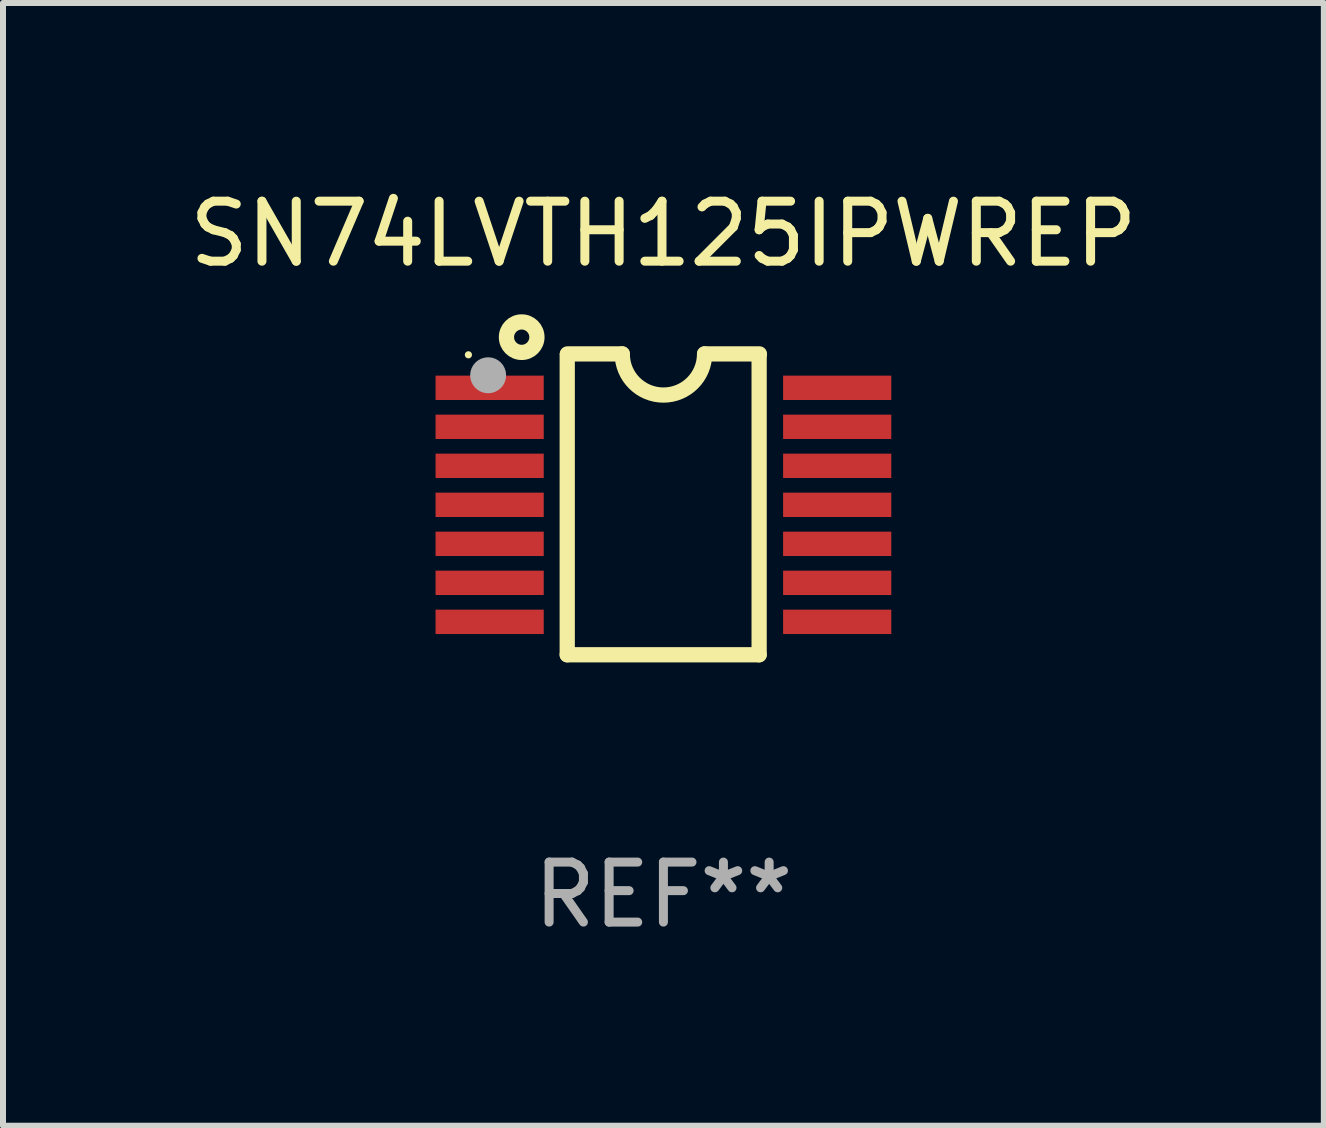
<source format=kicad_pcb>
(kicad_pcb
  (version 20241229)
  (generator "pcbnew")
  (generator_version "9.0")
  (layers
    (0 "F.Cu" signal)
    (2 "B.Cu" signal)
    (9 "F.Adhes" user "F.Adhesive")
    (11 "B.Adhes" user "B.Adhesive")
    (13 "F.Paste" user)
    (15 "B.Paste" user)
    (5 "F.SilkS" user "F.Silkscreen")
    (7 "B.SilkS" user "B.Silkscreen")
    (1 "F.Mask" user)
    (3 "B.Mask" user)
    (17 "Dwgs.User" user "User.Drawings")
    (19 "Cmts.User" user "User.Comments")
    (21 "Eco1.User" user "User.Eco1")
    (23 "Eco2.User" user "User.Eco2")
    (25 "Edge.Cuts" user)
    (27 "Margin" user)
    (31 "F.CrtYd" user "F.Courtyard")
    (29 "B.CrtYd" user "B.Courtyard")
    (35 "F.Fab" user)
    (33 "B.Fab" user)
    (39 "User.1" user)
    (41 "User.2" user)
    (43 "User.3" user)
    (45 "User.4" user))
  (footprint "SN74LVTH125IPWREP"
    (layer "F.Cu")
    (at 8.006 5.355)
    (property "Reference" "SN74LVTH125IPWREP" (at 0 -4.507 0) (layer "F.SilkS") (effects (font (size 1 1) (thickness 0.15))))
    (attr through_hole)
    (fp_line (start -1.603 2.507) (end -1.603 -2.494) (stroke (width 0.254) (type solid)) (layer "F.SilkS"))
    (fp_line (start -1.603 2.507) (end 1.595 2.507) (stroke (width 0.254) (type solid)) (layer "F.SilkS"))
    (fp_line (start -1.6 -2.507) (end -0.686 -2.507) (stroke (width 0.254) (type solid)) (layer "F.SilkS"))
    (fp_line (start 0.686 -2.507) (end 1.6 -2.507) (stroke (width 0.254) (type solid)) (layer "F.SilkS"))
    (fp_line (start 1.595 2.507) (end 1.595 -2.494) (stroke (width 0.254) (type solid)) (layer "F.SilkS"))
    (fp_arc (start 0.685852 -2.506998) (mid 0.000051 -1.821197) (end -0.68575 -2.506998) (stroke (width 0.254001) (type solid)) (layer "F.SilkS"))
    (fp_circle (center -3.25 -2.492) (end -3.22 -2.492) (stroke (width 0.06) (type solid)) (fill no) (layer "F.SilkS"))
    (fp_circle (center -2.362 -2.786) (end -2.108 -2.786) (stroke (width 0.254) (type solid)) (fill no) (layer "F.SilkS"))
    (fp_circle (center -2.921 -2.151) (end -2.771 -2.151) (stroke (width 0.3) (type solid)) (fill no) (layer "F.Fab"))
    (fp_text user "REF**" (at 0 6.507 0) (layer "F.Fab") (effects (font (size 1 1) (thickness 0.15))))
    (pad "1" smd rect (at -2.896 -1.942) (size 1.803 0.406) (layers "F.Cu" "F.Mask" "F.Paste"))
    (pad "2" smd rect (at -2.896 -1.292) (size 1.803 0.406) (layers "F.Cu" "F.Mask" "F.Paste"))
    (pad "3" smd rect (at -2.896 -0.642) (size 1.803 0.406) (layers "F.Cu" "F.Mask" "F.Paste"))
    (pad "4" smd rect (at -2.896 0.008) (size 1.803 0.406) (layers "F.Cu" "F.Mask" "F.Paste"))
    (pad "5" smd rect (at -2.896 0.658) (size 1.803 0.406) (layers "F.Cu" "F.Mask" "F.Paste"))
    (pad "6" smd rect (at -2.896 1.308) (size 1.803 0.406) (layers "F.Cu" "F.Mask" "F.Paste"))
    (pad "7" smd rect (at -2.896 1.958) (size 1.803 0.406) (layers "F.Cu" "F.Mask" "F.Paste"))
    (pad "8" smd rect (at 2.896 1.958) (size 1.803 0.406) (layers "F.Cu" "F.Mask" "F.Paste"))
    (pad "9" smd rect (at 2.896 1.308) (size 1.803 0.406) (layers "F.Cu" "F.Mask" "F.Paste"))
    (pad "10" smd rect (at 2.896 0.658) (size 1.803 0.406) (layers "F.Cu" "F.Mask" "F.Paste"))
    (pad "11" smd rect (at 2.896 0.008) (size 1.803 0.406) (layers "F.Cu" "F.Mask" "F.Paste"))
    (pad "12" smd rect (at 2.896 -0.642) (size 1.803 0.406) (layers "F.Cu" "F.Mask" "F.Paste"))
    (pad "13" smd rect (at 2.896 -1.292) (size 1.803 0.406) (layers "F.Cu" "F.Mask" "F.Paste"))
    (pad "14" smd rect (at 2.896 -1.942) (size 1.803 0.406) (layers "F.Cu" "F.Mask" "F.Paste")))
  (gr_rect
    (start -3 -3)
    (end 19.012 15.71)
    (stroke (width 0.1) (type default))
    (fill no)
    (layer "Edge.Cuts")))
</source>
